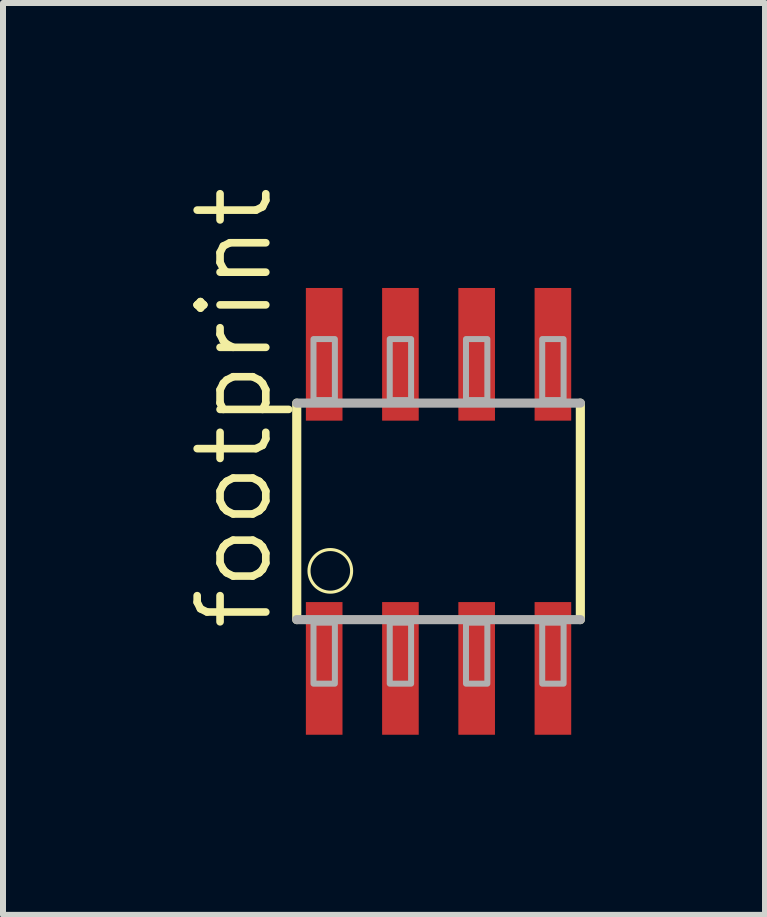
<source format=kicad_pcb>
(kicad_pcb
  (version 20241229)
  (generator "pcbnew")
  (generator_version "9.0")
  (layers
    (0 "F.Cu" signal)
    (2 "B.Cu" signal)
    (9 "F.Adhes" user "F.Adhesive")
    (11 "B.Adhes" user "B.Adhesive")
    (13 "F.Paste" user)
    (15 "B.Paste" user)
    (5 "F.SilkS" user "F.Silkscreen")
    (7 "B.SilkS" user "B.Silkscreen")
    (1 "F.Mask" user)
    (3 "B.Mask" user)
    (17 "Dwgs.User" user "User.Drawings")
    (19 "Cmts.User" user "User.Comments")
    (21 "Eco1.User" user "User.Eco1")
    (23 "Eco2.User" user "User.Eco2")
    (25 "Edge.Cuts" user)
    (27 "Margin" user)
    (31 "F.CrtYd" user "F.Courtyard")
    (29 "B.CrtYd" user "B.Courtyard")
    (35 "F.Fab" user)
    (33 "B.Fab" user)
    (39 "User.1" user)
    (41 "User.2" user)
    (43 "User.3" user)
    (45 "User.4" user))
  (footprint "footprint"
    (layer "F.Cu")
    (at 4.255 5.468)
    (property "Reference" "footprint" (at -2.731 2.032 90) (layer "F.SilkS") (effects (font (size 1.143 1.143) (thickness 0.127)) (justify left bottom)))
    (fp_line (start -2.362 -1.803) (end -2.362 1.803) (stroke (width 0.152) (type solid)) (layer "F.SilkS"))
    (fp_line (start 2.362 1.803) (end 2.362 -1.803) (stroke (width 0.152) (type solid)) (layer "F.SilkS"))
    (fp_circle (center -1.803 0.991) (end -1.448 0.991) (stroke (width 0.051) (type solid)) (fill no) (layer "F.SilkS"))
    (fp_line (start -2.362 1.803) (end 2.362 1.803) (stroke (width 0.152) (type solid)) (layer "F.Fab"))
    (fp_line (start 2.362 -1.803) (end -2.362 -1.803) (stroke (width 0.152) (type solid)) (layer "F.Fab"))
    (fp_poly (pts (xy -2.083 -1.854) (xy -1.727 -1.854) (xy -1.727 -2.87) (xy -2.083 -2.87)) (stroke (width 0.1) (type solid)) (fill no) (layer "F.Fab"))
    (fp_poly (pts (xy -2.083 2.87) (xy -1.727 2.87) (xy -1.727 1.854) (xy -2.083 1.854)) (stroke (width 0.1) (type solid)) (fill no) (layer "F.Fab"))
    (fp_poly (pts (xy -0.813 -1.854) (xy -0.457 -1.854) (xy -0.457 -2.87) (xy -0.813 -2.87)) (stroke (width 0.1) (type solid)) (fill no) (layer "F.Fab"))
    (fp_poly (pts (xy -0.813 2.87) (xy -0.457 2.87) (xy -0.457 1.854) (xy -0.813 1.854)) (stroke (width 0.1) (type solid)) (fill no) (layer "F.Fab"))
    (fp_poly (pts (xy 0.457 -1.854) (xy 0.813 -1.854) (xy 0.813 -2.87) (xy 0.457 -2.87)) (stroke (width 0.1) (type solid)) (fill no) (layer "F.Fab"))
    (fp_poly (pts (xy 0.457 2.87) (xy 0.813 2.87) (xy 0.813 1.854) (xy 0.457 1.854)) (stroke (width 0.1) (type solid)) (fill no) (layer "F.Fab"))
    (fp_poly (pts (xy 1.727 -1.854) (xy 2.083 -1.854) (xy 2.083 -2.87) (xy 1.727 -2.87)) (stroke (width 0.1) (type solid)) (fill no) (layer "F.Fab"))
    (fp_poly (pts (xy 1.727 2.87) (xy 2.083 2.87) (xy 2.083 1.854) (xy 1.727 1.854)) (stroke (width 0.1) (type solid)) (fill no) (layer "F.Fab"))
    (pad "1" smd rect (at -1.905 2.616) (size 0.61 2.21) (layers "F.Cu" "F.Mask" "F.Paste"))
    (pad "2" smd rect (at -0.635 2.616) (size 0.61 2.21) (layers "F.Cu" "F.Mask" "F.Paste"))
    (pad "3" smd rect (at 0.635 2.616) (size 0.61 2.21) (layers "F.Cu" "F.Mask" "F.Paste"))
    (pad "4" smd rect (at 1.905 2.616) (size 0.61 2.21) (layers "F.Cu" "F.Mask" "F.Paste"))
    (pad "5" smd rect (at 1.905 -2.616) (size 0.61 2.21) (layers "F.Cu" "F.Mask" "F.Paste"))
    (pad "6" smd rect (at 0.635 -2.616) (size 0.61 2.21) (layers "F.Cu" "F.Mask" "F.Paste"))
    (pad "7" smd rect (at -0.635 -2.616) (size 0.61 2.21) (layers "F.Cu" "F.Mask" "F.Paste"))
    (pad "8" smd rect (at -1.905 -2.616) (size 0.61 2.21) (layers "F.Cu" "F.Mask" "F.Paste")))
  (gr_rect
    (start -3 -3)
    (end 9.693 12.189)
    (stroke (width 0.1) (type default))
    (fill no)
    (layer "Edge.Cuts")))
</source>
